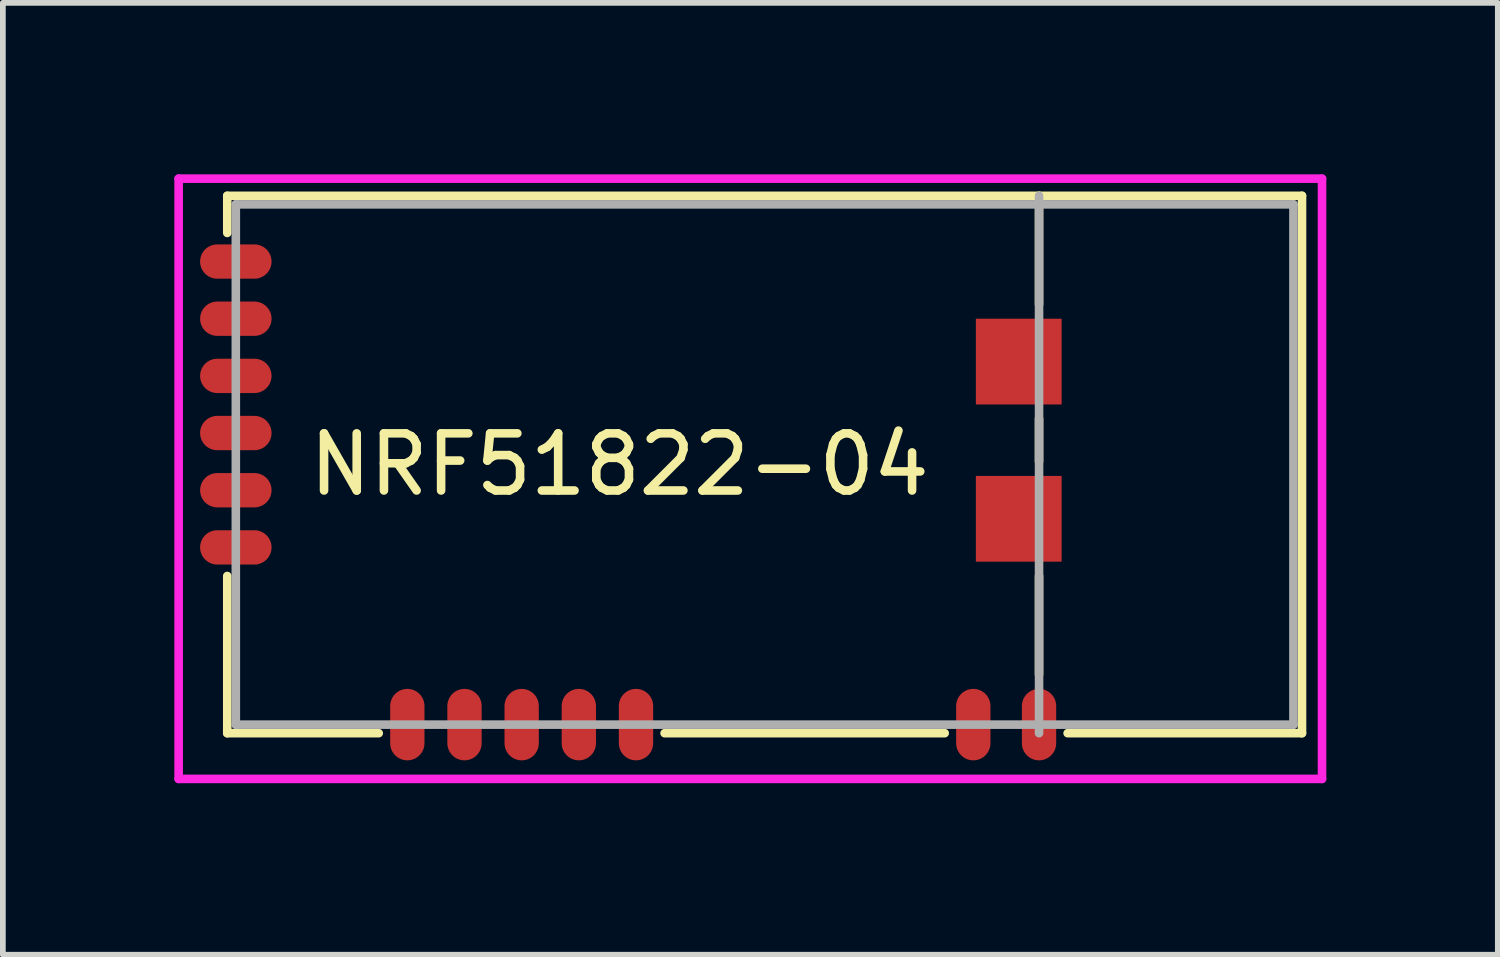
<source format=kicad_pcb>
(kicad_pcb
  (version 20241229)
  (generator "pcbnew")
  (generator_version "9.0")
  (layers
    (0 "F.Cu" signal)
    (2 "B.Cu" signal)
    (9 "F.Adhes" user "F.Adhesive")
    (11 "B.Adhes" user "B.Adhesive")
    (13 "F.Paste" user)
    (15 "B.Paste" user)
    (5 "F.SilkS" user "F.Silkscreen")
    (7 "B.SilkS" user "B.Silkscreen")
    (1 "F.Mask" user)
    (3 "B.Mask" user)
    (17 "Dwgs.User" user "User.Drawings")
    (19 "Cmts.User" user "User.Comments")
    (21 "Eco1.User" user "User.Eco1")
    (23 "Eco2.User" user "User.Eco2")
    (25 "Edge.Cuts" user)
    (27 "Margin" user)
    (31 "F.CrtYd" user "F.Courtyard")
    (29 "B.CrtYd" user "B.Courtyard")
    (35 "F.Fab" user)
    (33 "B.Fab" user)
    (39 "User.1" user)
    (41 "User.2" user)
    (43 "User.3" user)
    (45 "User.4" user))
  (footprint "NRF51822-04"
    (layer "F.Cu")
    (at 10.325 5.075)
    (property "Reference" "NRF51822-04" (at -2.54 0 180) (layer "F.SilkS") (effects (font (size 1 1) (thickness 0.15))))
    (attr through_hole)
    (fp_line (start -9.4 -4.7) (end -9.4 -4.05) (stroke (width 0.15) (type solid)) (layer "F.SilkS"))
    (fp_line (start -9.4 -4.7) (end 9.4 -4.7) (stroke (width 0.15) (type solid)) (layer "F.SilkS"))
    (fp_line (start -9.4 1.95) (end -9.4 4.7) (stroke (width 0.15) (type solid)) (layer "F.SilkS"))
    (fp_line (start -9.4 4.7) (end -6.75 4.7) (stroke (width 0.15) (type solid)) (layer "F.SilkS"))
    (fp_line (start -1.75 4.7) (end 3.15 4.7) (stroke (width 0.15) (type solid)) (layer "F.SilkS"))
    (fp_line (start 4.8 -4.7) (end 4.8 -2.8) (stroke (width 0.15) (type solid)) (layer "F.SilkS"))
    (fp_line (start 4.8 -0.8) (end 4.8 -0.05) (stroke (width 0.15) (type solid)) (layer "F.SilkS"))
    (fp_line (start 4.8 1.95) (end 4.8 3.675) (stroke (width 0.15) (type solid)) (layer "F.SilkS"))
    (fp_line (start 5.3 4.7) (end 9.4 4.7) (stroke (width 0.15) (type solid)) (layer "F.SilkS"))
    (fp_line (start 9.4 -4.7) (end 9.4 4.7) (stroke (width 0.15) (type solid)) (layer "F.SilkS"))
    (fp_line (start -10.25 -5) (end -10.25 5.5) (stroke (width 0.15) (type solid)) (layer "F.CrtYd"))
    (fp_line (start -10.25 5.5) (end 9.75 5.5) (stroke (width 0.15) (type solid)) (layer "F.CrtYd"))
    (fp_line (start 9.75 -5) (end -10.25 -5) (stroke (width 0.15) (type solid)) (layer "F.CrtYd"))
    (fp_line (start 9.75 5.5) (end 9.75 -5) (stroke (width 0.15) (type solid)) (layer "F.CrtYd"))
    (fp_line (start -9.25 -4.55) (end -9.25 4.55) (stroke (width 0.15) (type solid)) (layer "F.Fab"))
    (fp_line (start -9.25 -4.55) (end 9.25 -4.55) (stroke (width 0.15) (type solid)) (layer "F.Fab"))
    (fp_line (start -9.25 4.55) (end 9.25 4.55) (stroke (width 0.15) (type solid)) (layer "F.Fab"))
    (fp_line (start 4.8 -4.7) (end 4.8 4.7) (stroke (width 0.15) (type solid)) (layer "F.Fab"))
    (fp_line (start 9.25 -4.55) (end 9.25 4.55) (stroke (width 0.15) (type solid)) (layer "F.Fab"))
    (pad "1" smd oval (at -9.25 -3.55) (size 1.25 0.6) (layers "F.Cu" "F.Mask" "F.Paste"))
    (pad "2" smd oval (at -9.25 -2.55) (size 1.25 0.6) (layers "F.Cu" "F.Mask" "F.Paste"))
    (pad "3" smd oval (at -9.25 -1.55) (size 1.25 0.6) (layers "F.Cu" "F.Mask" "F.Paste"))
    (pad "4" smd oval (at -9.25 -0.55) (size 1.25 0.6) (layers "F.Cu" "F.Mask" "F.Paste"))
    (pad "5" smd oval (at -9.25 0.45) (size 1.25 0.6) (layers "F.Cu" "F.Mask" "F.Paste"))
    (pad "6" smd oval (at -9.25 1.45) (size 1.25 0.6) (layers "F.Cu" "F.Mask" "F.Paste"))
    (pad "7" smd oval (at -6.25 4.55 90) (size 1.25 0.6) (layers "F.Cu" "F.Mask" "F.Paste"))
    (pad "8" smd oval (at -5.25 4.55 90) (size 1.25 0.6) (layers "F.Cu" "F.Mask" "F.Paste"))
    (pad "9" smd oval (at -4.25 4.55 90) (size 1.25 0.6) (layers "F.Cu" "F.Mask" "F.Paste"))
    (pad "10" smd oval (at -3.25 4.55 90) (size 1.25 0.6) (layers "F.Cu" "F.Mask" "F.Paste"))
    (pad "11" smd oval (at -2.25 4.55 90) (size 1.25 0.6) (layers "F.Cu" "F.Mask" "F.Paste"))
    (pad "12" smd oval (at 3.65 4.55 90) (size 1.25 0.6) (layers "F.Cu" "F.Mask" "F.Paste"))
    (pad "13" smd oval (at 4.8 4.55 90) (size 1.25 0.6) (layers "F.Cu" "F.Mask" "F.Paste"))
    (pad "14" smd rect (at 4.445 0.95) (size 1.5 1.5) (layers "F.Cu" "F.Mask" "F.Paste"))
    (pad "15" smd rect (at 4.445 -1.8) (size 1.5 1.5) (layers "F.Cu" "F.Mask" "F.Paste")))
  (gr_rect
    (start -3 -3)
    (end 23.15 13.65)
    (stroke (width 0.1) (type default))
    (fill no)
    (layer "Edge.Cuts")))
</source>
